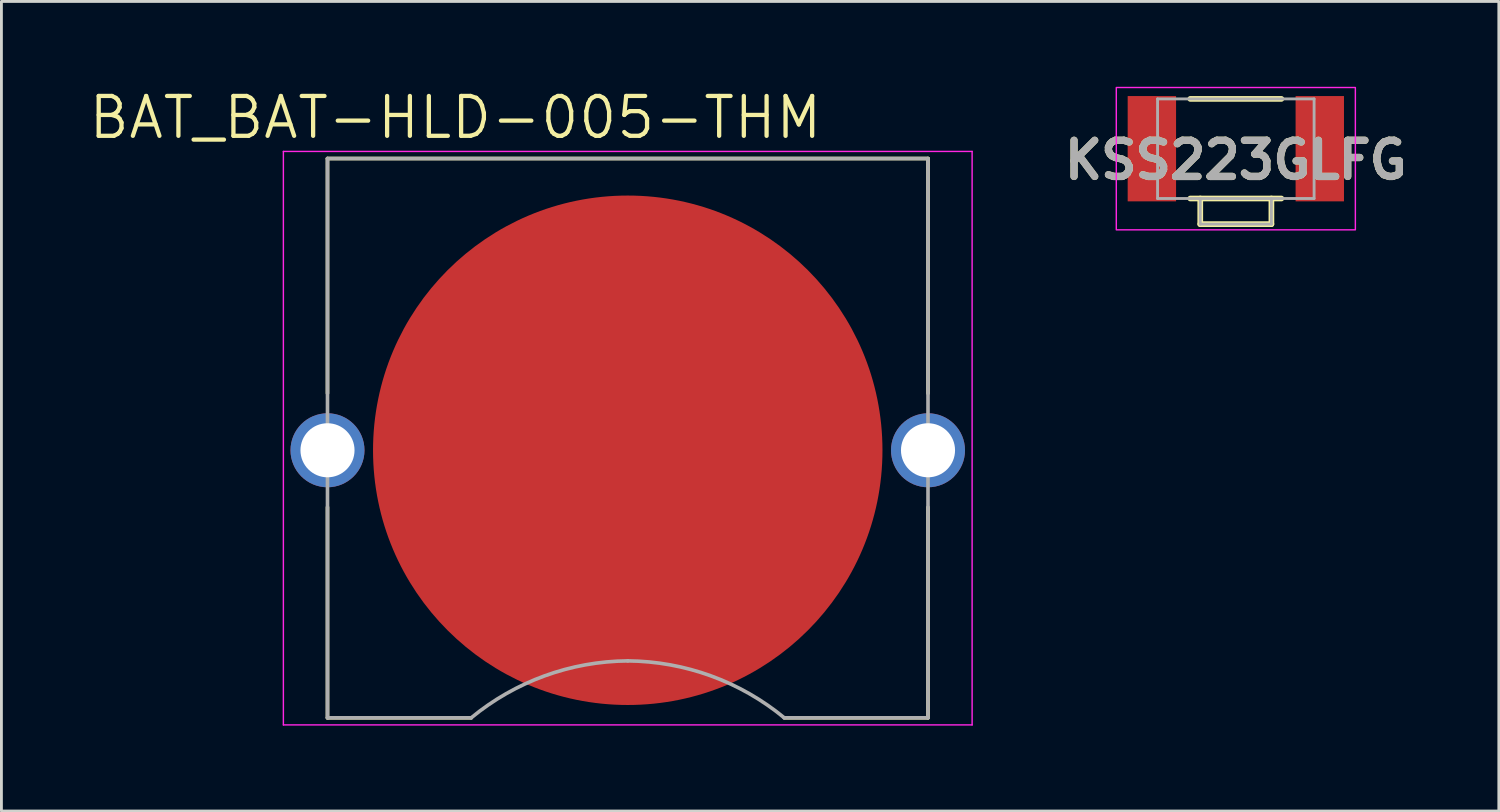
<source format=kicad_pcb>
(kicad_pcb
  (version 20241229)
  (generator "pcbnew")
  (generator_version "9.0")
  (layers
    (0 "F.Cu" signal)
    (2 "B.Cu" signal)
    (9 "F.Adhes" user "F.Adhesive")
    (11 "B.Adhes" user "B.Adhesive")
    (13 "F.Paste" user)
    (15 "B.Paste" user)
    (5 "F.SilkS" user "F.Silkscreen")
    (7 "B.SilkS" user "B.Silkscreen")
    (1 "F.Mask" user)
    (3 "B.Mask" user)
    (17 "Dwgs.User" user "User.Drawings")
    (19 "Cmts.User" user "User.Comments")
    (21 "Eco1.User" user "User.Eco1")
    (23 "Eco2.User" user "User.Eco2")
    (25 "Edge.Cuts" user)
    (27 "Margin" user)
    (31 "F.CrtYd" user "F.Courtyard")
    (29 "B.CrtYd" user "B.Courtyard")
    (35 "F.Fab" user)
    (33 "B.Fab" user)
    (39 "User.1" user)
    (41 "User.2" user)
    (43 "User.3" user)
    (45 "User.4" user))
  (footprint "KSS223GLFG"
    (layer "F.Cu")
    (at 40.373 2.625)
    (property "Reference" "KSS223GLFG" (at 0 -0.05 0) (layer "F.SilkS") (effects (font (size 1.27 1.27) (thickness 0.254))))
    (attr smd)
    (fp_line (start -1.6 -2.2) (end 1.6 -2.2) (stroke (width 0.2) (type solid)) (layer "F.SilkS"))
    (fp_line (start -1.6 1.3) (end 1.6 1.3) (stroke (width 0.2) (type solid)) (layer "F.SilkS"))
    (fp_line (start -1.25 1.3) (end -1.25 2.2) (stroke (width 0.2) (type solid)) (layer "F.SilkS"))
    (fp_line (start -1.25 2.2) (end 1.25 2.2) (stroke (width 0.2) (type solid)) (layer "F.SilkS"))
    (fp_line (start 1.25 2.2) (end 1.25 1.3) (stroke (width 0.2) (type solid)) (layer "F.SilkS"))
    (fp_rect (start -4.2 -2.6) (end 4.2 2.4) (stroke (width 0.05) (type default)) (fill no) (layer "F.CrtYd"))
    (fp_line (start -2.75 -2.2) (end 2.75 -2.2) (stroke (width 0.1) (type solid)) (layer "F.Fab"))
    (fp_line (start -2.75 1.3) (end -2.75 -2.2) (stroke (width 0.1) (type solid)) (layer "F.Fab"))
    (fp_line (start -1.25 1.3) (end -1.25 2.2) (stroke (width 0.1) (type solid)) (layer "F.Fab"))
    (fp_line (start -1.25 2.2) (end 1.25 2.2) (stroke (width 0.1) (type solid)) (layer "F.Fab"))
    (fp_line (start 1.25 2.2) (end 1.25 1.3) (stroke (width 0.1) (type solid)) (layer "F.Fab"))
    (fp_line (start 2.75 -2.2) (end 2.75 1.3) (stroke (width 0.1) (type solid)) (layer "F.Fab"))
    (fp_line (start 2.75 1.3) (end -2.75 1.3) (stroke (width 0.1) (type solid)) (layer "F.Fab"))
    (fp_text user "${REFERENCE}" (at 0 -0.05 0) (layer "F.Fab") (effects (font (size 1.27 1.27) (thickness 0.254))))
    (pad "1" smd rect (at -2.95 -0.45) (size 1.7 3.7) (layers "F.Cu" "F.Mask" "F.Paste"))
    (pad "2" smd rect (at 2.95 -0.45) (size 1.7 3.7) (layers "F.Cu" "F.Mask" "F.Paste")))
  (footprint "BAT_BAT-HLD-005-THM"
    (layer "F.Cu")
    (at 19.007 12.771)
    (property "Reference" "BAT_BAT-HLD-005-THM" (at -6.055 -11.689 0) (layer "F.SilkS") (effects (font (size 1.4 1.4) (thickness 0.15))))
    (attr through_hole)
    (fp_line (start -10.55 -10.25) (end 10.55 -10.25) (stroke (width 0.127) (type solid)) (layer "F.SilkS"))
    (fp_line (start -10.55 -2) (end -10.55 -10.25) (stroke (width 0.127) (type solid)) (layer "F.SilkS"))
    (fp_line (start -10.55 2) (end -10.55 9.4) (stroke (width 0.127) (type solid)) (layer "F.SilkS"))
    (fp_line (start -10.55 9.4) (end -5.5 9.4) (stroke (width 0.127) (type solid)) (layer "F.SilkS"))
    (fp_line (start 5.5 9.4) (end 10.55 9.4) (stroke (width 0.127) (type solid)) (layer "F.SilkS"))
    (fp_line (start 10.55 -10.25) (end 10.55 -2) (stroke (width 0.127) (type solid)) (layer "F.SilkS"))
    (fp_line (start 10.55 9.4) (end 10.55 2) (stroke (width 0.127) (type solid)) (layer "F.SilkS"))
    (fp_line (start -12.1 -10.5) (end 12.1 -10.5) (stroke (width 0.05) (type solid)) (layer "F.CrtYd"))
    (fp_line (start -12.1 9.65) (end -12.1 -10.5) (stroke (width 0.05) (type solid)) (layer "F.CrtYd"))
    (fp_line (start 12.1 -10.5) (end 12.1 9.65) (stroke (width 0.05) (type solid)) (layer "F.CrtYd"))
    (fp_line (start 12.1 9.65) (end -12.1 9.65) (stroke (width 0.05) (type solid)) (layer "F.CrtYd"))
    (fp_line (start -10.55 -10.25) (end 10.55 -10.25) (stroke (width 0.127) (type solid)) (layer "F.Fab"))
    (fp_line (start -10.55 9.4) (end -10.55 -10.25) (stroke (width 0.127) (type solid)) (layer "F.Fab"))
    (fp_line (start -5.5 9.4) (end -10.55 9.4) (stroke (width 0.127) (type solid)) (layer "F.Fab"))
    (fp_line (start 10.55 -10.25) (end 10.55 9.4) (stroke (width 0.127) (type solid)) (layer "F.Fab"))
    (fp_line (start 10.55 9.4) (end 5.5 9.4) (stroke (width 0.127) (type solid)) (layer "F.Fab"))
    (fp_arc (start -5.5 9.4) (mid -2.922027 7.926926) (end 0 7.4) (stroke (width 0.127) (type solid)) (layer "F.Fab"))
    (fp_arc (start 0 7.4) (mid 2.922027 7.926926) (end 5.5 9.4) (stroke (width 0.127) (type solid)) (layer "F.Fab"))
    (pad "N" smd circle (at 0 0) (size 17.9 17.9) (layers "F.Cu" "F.Mask"))
    (pad "P1" thru_hole circle (at -10.55 0) (size 2.6 2.6) (drill 1.9) (layers "*.Cu" "*.Mask"))
    (pad "P2" thru_hole circle (at 10.55 0) (size 2.6 2.6) (drill 1.9) (layers "*.Cu" "*.Mask")))
  (gr_rect
    (start -3 -3)
    (end 49.614 25.446)
    (stroke (width 0.1) (type default))
    (fill no)
    (layer "Edge.Cuts")))
</source>
